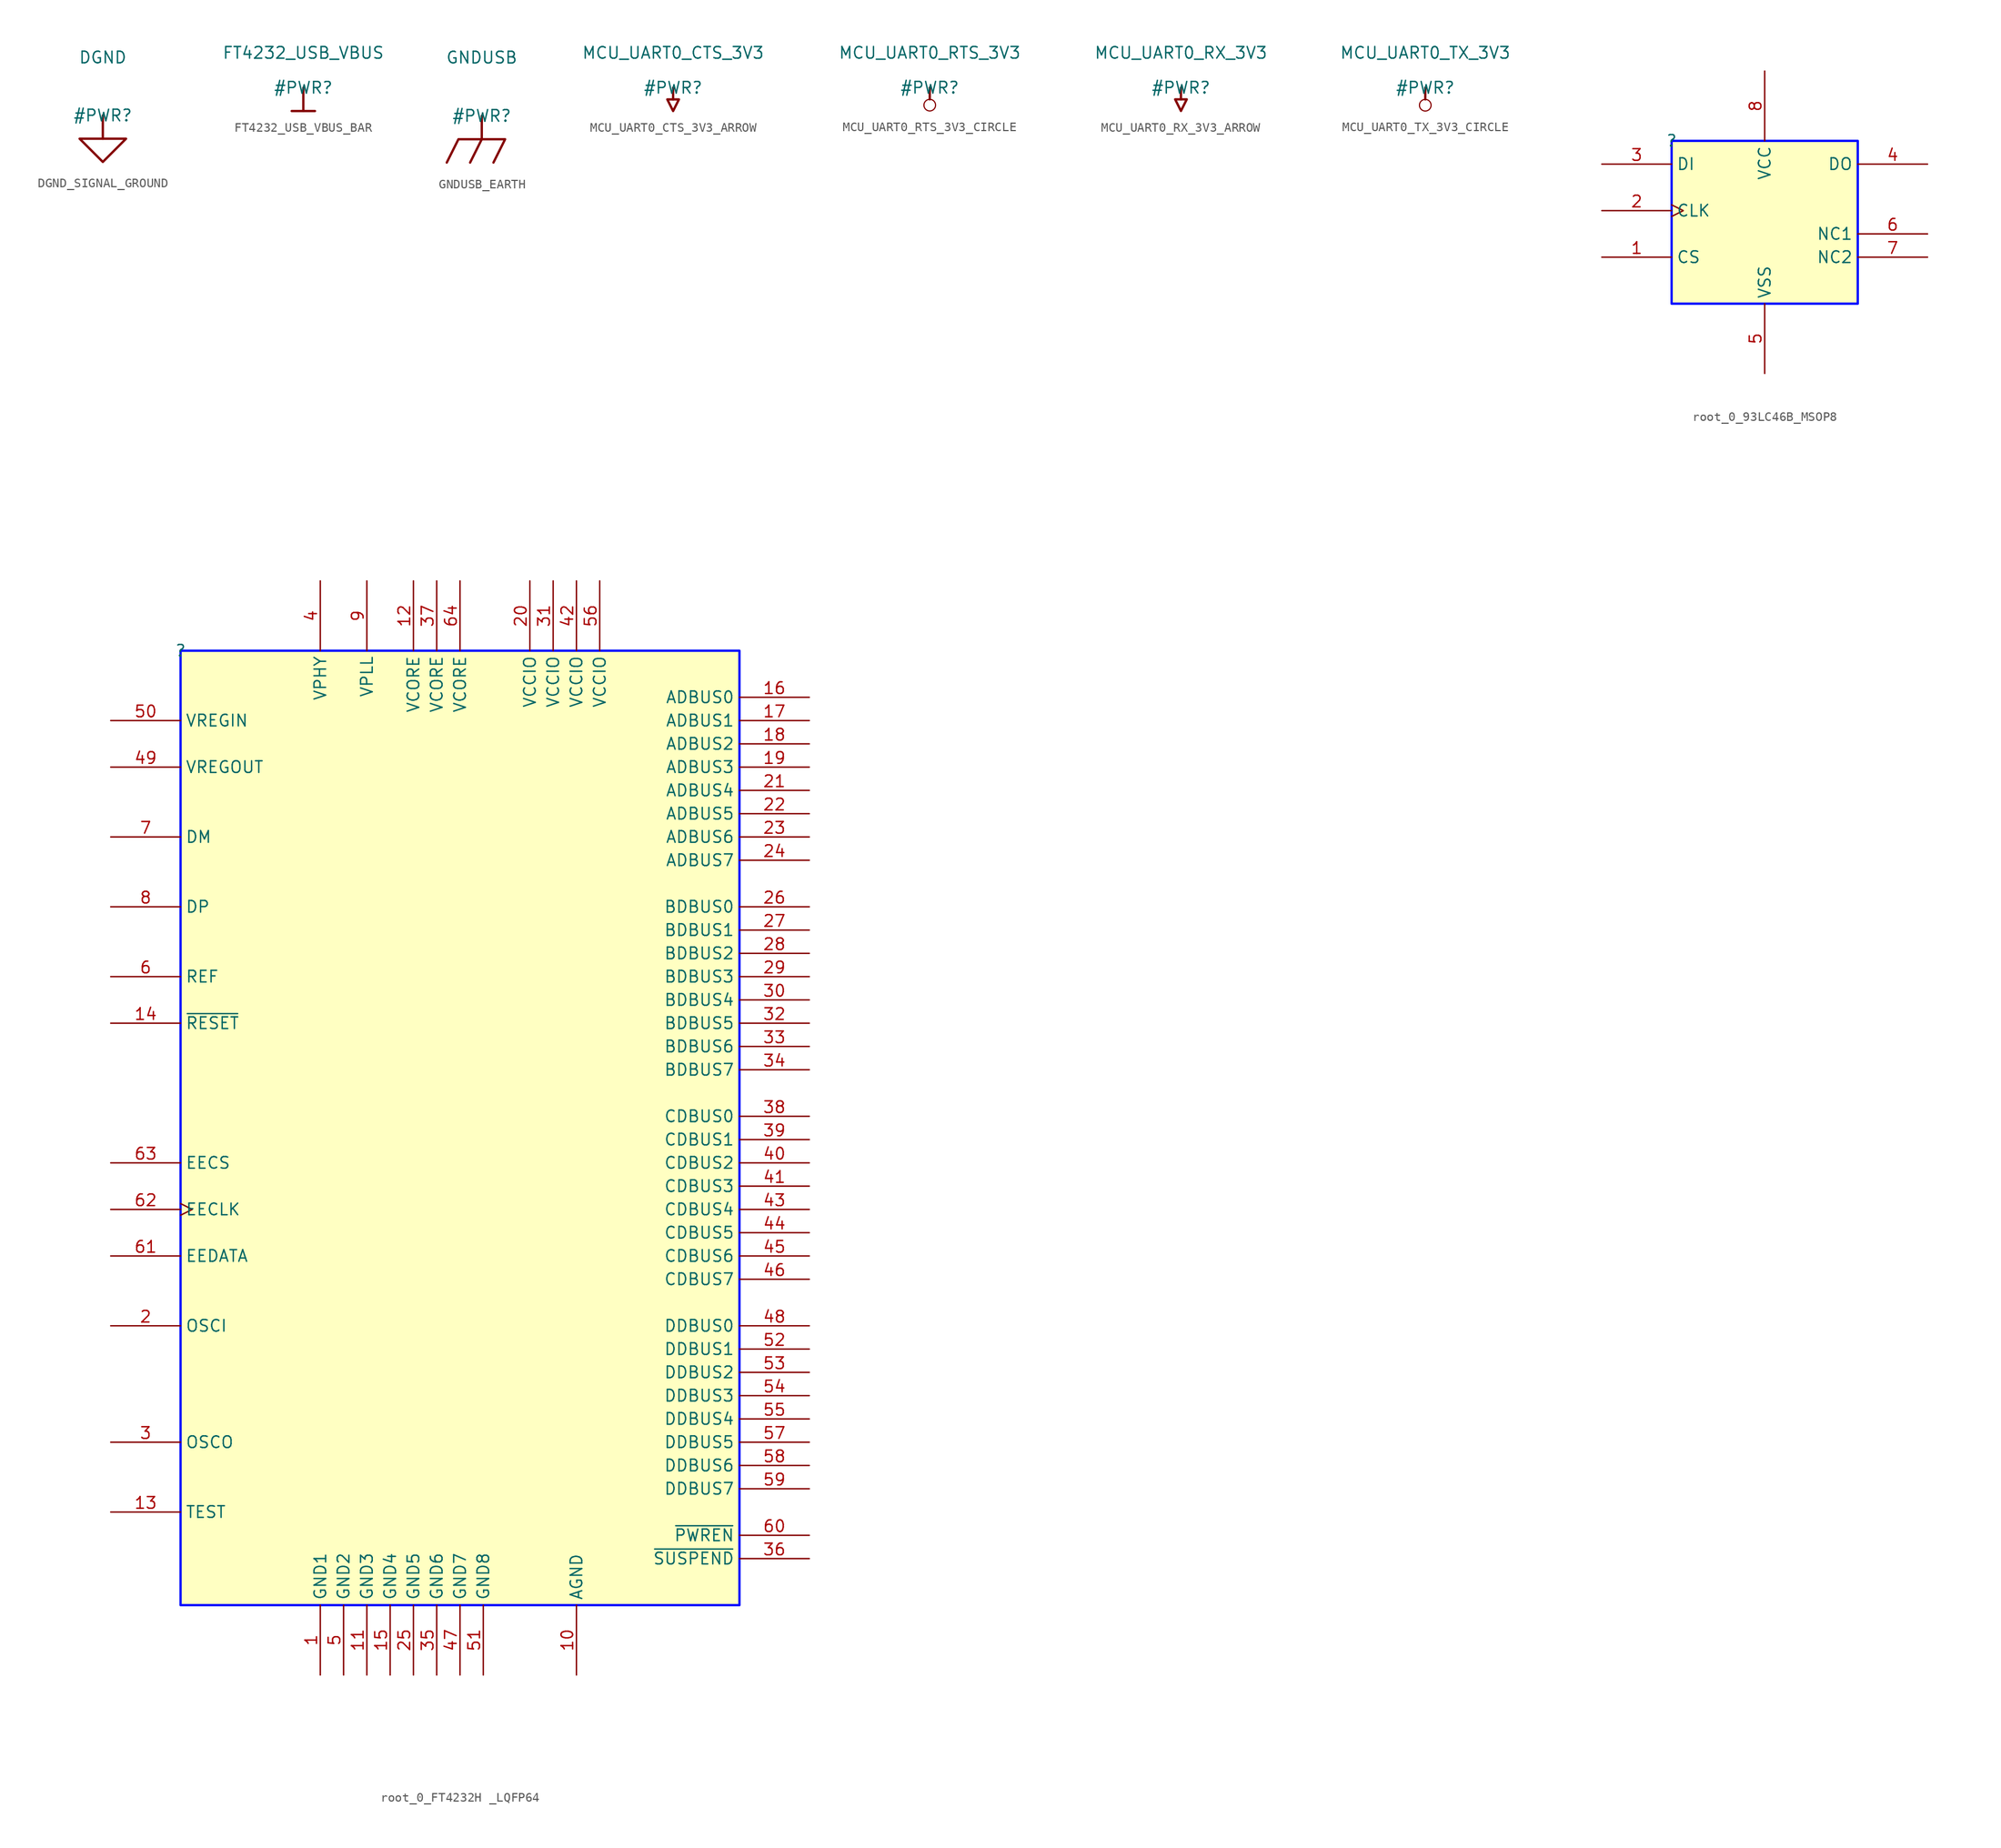
<source format=kicad_sym>
(kicad_symbol_lib
  (version 20231120)
  (generator "kicad_symbol_editor")
  (generator_version "8.0")
  (symbol "DGND_SIGNAL_GROUND"
    (power)
    (property "Reference" "#PWR"
      (at 0 0 0)
      (effects (font (size 1.27 1.27))))
    (property "Value" "DGND"
      (at 0 6.35 0)
      (effects (font (size 1.27 1.27))))
    (symbol "DGND_SIGNAL_GROUND_0_0"
      (polyline (pts (xy 0 0) (xy 0 -2.54)) (stroke (width 0.254) (type solid)) (fill (type none)))
      (polyline (pts (xy -2.54 -2.54) (xy 2.54 -2.54) (xy 0 -5.08) (xy -2.54 -2.54)) (stroke (width 0.254) (type solid)) (fill (type none)))
      (pin power_in line (at 0 0 0) (length 0) hide (name "DGND" (effects (font (size 1.27 1.27)))) (number "" (effects (font (size 1.27 1.27)))))))
  (symbol "FT4232_USB_VBUS_BAR"
    (power)
    (property "Reference" "#PWR"
      (at 0 0 0)
      (effects (font (size 1.27 1.27))))
    (property "Value" "FT4232_USB_VBUS"
      (at 0 3.81 0)
      (effects (font (size 1.27 1.27))))
    (symbol "FT4232_USB_VBUS_BAR_0_0"
      (polyline (pts (xy -1.27 -2.54) (xy 1.27 -2.54)) (stroke (width 0.254) (type solid)) (fill (type none)))
      (polyline (pts (xy 0 0) (xy 0 -2.54)) (stroke (width 0.254) (type solid)) (fill (type none)))
      (pin power_in line (at 0 0 0) (length 0) hide (name "FT4232_USB_VBUS" (effects (font (size 1.27 1.27)))) (number "" (effects (font (size 1.27 1.27)))))))
  (symbol "GNDUSB_EARTH"
    (power)
    (property "Reference" "#PWR"
      (at 0 0 0)
      (effects (font (size 1.27 1.27))))
    (property "Value" "GNDUSB"
      (at 0 6.35 0)
      (effects (font (size 1.27 1.27))))
    (symbol "GNDUSB_EARTH_0_0"
      (polyline (pts (xy 0 -2.54) (xy -1.27 -5.08)) (stroke (width 0.254) (type solid)) (fill (type none)))
      (polyline (pts (xy 0 0) (xy 0 -2.54)) (stroke (width 0.254) (type solid)) (fill (type none)))
      (polyline (pts (xy -3.81 -5.08) (xy -2.54 -2.54) (xy 2.54 -2.54) (xy 1.27 -5.08)) (stroke (width 0.254) (type solid)) (fill (type none)))
      (pin power_in line (at 0 0 0) (length 0) hide (name "GNDUSB" (effects (font (size 1.27 1.27)))) (number "" (effects (font (size 1.27 1.27)))))))
  (symbol "MCU_UART0_CTS_3V3_ARROW"
    (power)
    (property "Reference" "#PWR"
      (at 0 0 0)
      (effects (font (size 1.27 1.27))))
    (property "Value" "MCU_UART0_CTS_3V3"
      (at 0 3.81 0)
      (effects (font (size 1.27 1.27))))
    (symbol "MCU_UART0_CTS_3V3_ARROW_0_0"
      (polyline (pts (xy 0 0) (xy 0 -1.27)) (stroke (width 0.254) (type solid)) (fill (type none)))
      (polyline (pts (xy -0.635 -1.27) (xy 0.635 -1.27) (xy 0 -2.54) (xy -0.635 -1.27)) (stroke (width 0.254) (type solid)) (fill (type none)))
      (pin power_in line (at 0 0 0) (length 0) hide (name "MCU_UART0_CTS_3V3" (effects (font (size 1.27 1.27)))) (number "" (effects (font (size 1.27 1.27)))))))
  (symbol "MCU_UART0_RTS_3V3_CIRCLE"
    (power)
    (property "Reference" "#PWR"
      (at 0 0 0)
      (effects (font (size 1.27 1.27))))
    (property "Value" "MCU_UART0_RTS_3V3"
      (at 0 3.81 0)
      (effects (font (size 1.27 1.27))))
    (symbol "MCU_UART0_RTS_3V3_CIRCLE_0_0"
      (circle (center 0 -1.905) (radius 0.635) (stroke (width 0.127) (type solid)) (fill (type none)))
      (polyline (pts (xy 0 0) (xy 0 -1.27)) (stroke (width 0.254) (type solid)) (fill (type none)))
      (pin power_in line (at 0 0 0) (length 0) hide (name "MCU_UART0_RTS_3V3" (effects (font (size 1.27 1.27)))) (number "" (effects (font (size 1.27 1.27)))))))
  (symbol "MCU_UART0_RX_3V3_ARROW"
    (power)
    (property "Reference" "#PWR"
      (at 0 0 0)
      (effects (font (size 1.27 1.27))))
    (property "Value" "MCU_UART0_RX_3V3"
      (at 0 3.81 0)
      (effects (font (size 1.27 1.27))))
    (symbol "MCU_UART0_RX_3V3_ARROW_0_0"
      (polyline (pts (xy 0 0) (xy 0 -1.27)) (stroke (width 0.254) (type solid)) (fill (type none)))
      (polyline (pts (xy -0.635 -1.27) (xy 0.635 -1.27) (xy 0 -2.54) (xy -0.635 -1.27)) (stroke (width 0.254) (type solid)) (fill (type none)))
      (pin power_in line (at 0 0 0) (length 0) hide (name "MCU_UART0_RX_3V3" (effects (font (size 1.27 1.27)))) (number "" (effects (font (size 1.27 1.27)))))))
  (symbol "MCU_UART0_TX_3V3_CIRCLE"
    (power)
    (property "Reference" "#PWR"
      (at 0 0 0)
      (effects (font (size 1.27 1.27))))
    (property "Value" "MCU_UART0_TX_3V3"
      (at 0 3.81 0)
      (effects (font (size 1.27 1.27))))
    (symbol "MCU_UART0_TX_3V3_CIRCLE_0_0"
      (circle (center 0 -1.905) (radius 0.635) (stroke (width 0.127) (type solid)) (fill (type none)))
      (polyline (pts (xy 0 0) (xy 0 -1.27)) (stroke (width 0.254) (type solid)) (fill (type none)))
      (pin power_in line (at 0 0 0) (length 0) hide (name "MCU_UART0_TX_3V3" (effects (font (size 1.27 1.27)))) (number "" (effects (font (size 1.27 1.27)))))))
  (symbol "root_0_93LC46B_MSOP8"
    (property "Reference" ""
      (at 0 0 0)
      (effects (font (size 1.27 1.27))))
    (property "Value" ""
      (at 0 0 0)
      (effects (font (size 1.27 1.27))))
    (symbol "root_0_93LC46B_MSOP8_1_0"
      (rectangle (start 20.32 0) (end 0 -17.78) (stroke (width 0.254) (type solid) (color 0 11 255 1)) (fill (type background)))
      (pin passive line (at -7.62 -12.7 0) (length 7.62) (name "CS" (effects (font (size 1.27 1.27)))) (number "1" (effects (font (size 1.27 1.27)))))
      (pin input clock (at -7.62 -7.62 0) (length 7.62) (name "CLK" (effects (font (size 1.27 1.27)))) (number "2" (effects (font (size 1.27 1.27)))))
      (pin input line (at -7.62 -2.54 0) (length 7.62) (name "DI" (effects (font (size 1.27 1.27)))) (number "3" (effects (font (size 1.27 1.27)))))
      (pin output line (at 27.94 -2.54 180) (length 7.62) (name "DO" (effects (font (size 1.27 1.27)))) (number "4" (effects (font (size 1.27 1.27)))))
      (pin power_in line (at 10.16 -25.4 90) (length 7.62) (name "VSS" (effects (font (size 1.27 1.27)))) (number "5" (effects (font (size 1.27 1.27)))))
      (pin passive line (at 27.94 -10.16 180) (length 7.62) (name "NC1" (effects (font (size 1.27 1.27)))) (number "6" (effects (font (size 1.27 1.27)))))
      (pin passive line (at 27.94 -12.7 180) (length 7.62) (name "NC2" (effects (font (size 1.27 1.27)))) (number "7" (effects (font (size 1.27 1.27)))))
      (pin power_in line (at 10.16 7.62 270) (length 7.62) (name "VCC" (effects (font (size 1.27 1.27)))) (number "8" (effects (font (size 1.27 1.27)))))))
  (symbol "root_0_FT4232H _LQFP64"
    (property "Reference" ""
      (at 0 0 0)
      (effects (font (size 1.27 1.27))))
    (property "Value" ""
      (at 0 0 0)
      (effects (font (size 1.27 1.27))))
    (symbol "root_0_FT4232H _LQFP64_1_0"
      (rectangle (start 60.96 0) (end 0 -104.14) (stroke (width 0.254) (type solid) (color 0 11 255 1)) (fill (type background)))
      (pin power_in line (at 15.24 -111.76 90) (length 7.62) (name "GND1" (effects (font (size 1.27 1.27)))) (number "1" (effects (font (size 1.27 1.27)))))
      (pin power_in line (at 43.18 -111.76 90) (length 7.62) (name "AGND" (effects (font (size 1.27 1.27)))) (number "10" (effects (font (size 1.27 1.27)))))
      (pin power_in line (at 20.32 -111.76 90) (length 7.62) (name "GND3" (effects (font (size 1.27 1.27)))) (number "11" (effects (font (size 1.27 1.27)))))
      (pin power_in line (at 25.4 7.62 270) (length 7.62) (name "VCORE" (effects (font (size 1.27 1.27)))) (number "12" (effects (font (size 1.27 1.27)))))
      (pin passive line (at -7.62 -93.98 0) (length 7.62) (name "TEST" (effects (font (size 1.27 1.27)))) (number "13" (effects (font (size 1.27 1.27)))))
      (pin passive line (at -7.62 -40.64 0) (length 7.62) (name "~{RESET}" (effects (font (size 1.27 1.27)))) (number "14" (effects (font (size 1.27 1.27)))))
      (pin power_in line (at 22.86 -111.76 90) (length 7.62) (name "GND4" (effects (font (size 1.27 1.27)))) (number "15" (effects (font (size 1.27 1.27)))))
      (pin bidirectional line (at 68.58 -5.08 180) (length 7.62) (name "ADBUS0" (effects (font (size 1.27 1.27)))) (number "16" (effects (font (size 1.27 1.27)))))
      (pin bidirectional line (at 68.58 -7.62 180) (length 7.62) (name "ADBUS1" (effects (font (size 1.27 1.27)))) (number "17" (effects (font (size 1.27 1.27)))))
      (pin bidirectional line (at 68.58 -10.16 180) (length 7.62) (name "ADBUS2" (effects (font (size 1.27 1.27)))) (number "18" (effects (font (size 1.27 1.27)))))
      (pin bidirectional line (at 68.58 -12.7 180) (length 7.62) (name "ADBUS3" (effects (font (size 1.27 1.27)))) (number "19" (effects (font (size 1.27 1.27)))))
      (pin passive line (at -7.62 -73.66 0) (length 7.62) (name "OSCI" (effects (font (size 1.27 1.27)))) (number "2" (effects (font (size 1.27 1.27)))))
      (pin power_in line (at 38.1 7.62 270) (length 7.62) (name "VCCIO" (effects (font (size 1.27 1.27)))) (number "20" (effects (font (size 1.27 1.27)))))
      (pin bidirectional line (at 68.58 -15.24 180) (length 7.62) (name "ADBUS4" (effects (font (size 1.27 1.27)))) (number "21" (effects (font (size 1.27 1.27)))))
      (pin bidirectional line (at 68.58 -17.78 180) (length 7.62) (name "ADBUS5" (effects (font (size 1.27 1.27)))) (number "22" (effects (font (size 1.27 1.27)))))
      (pin bidirectional line (at 68.58 -20.32 180) (length 7.62) (name "ADBUS6" (effects (font (size 1.27 1.27)))) (number "23" (effects (font (size 1.27 1.27)))))
      (pin bidirectional line (at 68.58 -22.86 180) (length 7.62) (name "ADBUS7" (effects (font (size 1.27 1.27)))) (number "24" (effects (font (size 1.27 1.27)))))
      (pin power_in line (at 25.4 -111.76 90) (length 7.62) (name "GND5" (effects (font (size 1.27 1.27)))) (number "25" (effects (font (size 1.27 1.27)))))
      (pin bidirectional line (at 68.58 -27.94 180) (length 7.62) (name "BDBUS0" (effects (font (size 1.27 1.27)))) (number "26" (effects (font (size 1.27 1.27)))))
      (pin bidirectional line (at 68.58 -30.48 180) (length 7.62) (name "BDBUS1" (effects (font (size 1.27 1.27)))) (number "27" (effects (font (size 1.27 1.27)))))
      (pin bidirectional line (at 68.58 -33.02 180) (length 7.62) (name "BDBUS2" (effects (font (size 1.27 1.27)))) (number "28" (effects (font (size 1.27 1.27)))))
      (pin bidirectional line (at 68.58 -35.56 180) (length 7.62) (name "BDBUS3" (effects (font (size 1.27 1.27)))) (number "29" (effects (font (size 1.27 1.27)))))
      (pin passive line (at -7.62 -86.36 0) (length 7.62) (name "OSCO" (effects (font (size 1.27 1.27)))) (number "3" (effects (font (size 1.27 1.27)))))
      (pin bidirectional line (at 68.58 -38.1 180) (length 7.62) (name "BDBUS4" (effects (font (size 1.27 1.27)))) (number "30" (effects (font (size 1.27 1.27)))))
      (pin power_in line (at 40.64 7.62 270) (length 7.62) (name "VCCIO" (effects (font (size 1.27 1.27)))) (number "31" (effects (font (size 1.27 1.27)))))
      (pin bidirectional line (at 68.58 -40.64 180) (length 7.62) (name "BDBUS5" (effects (font (size 1.27 1.27)))) (number "32" (effects (font (size 1.27 1.27)))))
      (pin bidirectional line (at 68.58 -43.18 180) (length 7.62) (name "BDBUS6" (effects (font (size 1.27 1.27)))) (number "33" (effects (font (size 1.27 1.27)))))
      (pin bidirectional line (at 68.58 -45.72 180) (length 7.62) (name "BDBUS7" (effects (font (size 1.27 1.27)))) (number "34" (effects (font (size 1.27 1.27)))))
      (pin power_in line (at 27.94 -111.76 90) (length 7.62) (name "GND6" (effects (font (size 1.27 1.27)))) (number "35" (effects (font (size 1.27 1.27)))))
      (pin output line (at 68.58 -99.06 180) (length 7.62) (name "~{SUSPEND}" (effects (font (size 1.27 1.27)))) (number "36" (effects (font (size 1.27 1.27)))))
      (pin power_in line (at 27.94 7.62 270) (length 7.62) (name "VCORE" (effects (font (size 1.27 1.27)))) (number "37" (effects (font (size 1.27 1.27)))))
      (pin bidirectional line (at 68.58 -50.8 180) (length 7.62) (name "CDBUS0" (effects (font (size 1.27 1.27)))) (number "38" (effects (font (size 1.27 1.27)))))
      (pin bidirectional line (at 68.58 -53.34 180) (length 7.62) (name "CDBUS1" (effects (font (size 1.27 1.27)))) (number "39" (effects (font (size 1.27 1.27)))))
      (pin power_in line (at 15.24 7.62 270) (length 7.62) (name "VPHY" (effects (font (size 1.27 1.27)))) (number "4" (effects (font (size 1.27 1.27)))))
      (pin bidirectional line (at 68.58 -55.88 180) (length 7.62) (name "CDBUS2" (effects (font (size 1.27 1.27)))) (number "40" (effects (font (size 1.27 1.27)))))
      (pin bidirectional line (at 68.58 -58.42 180) (length 7.62) (name "CDBUS3" (effects (font (size 1.27 1.27)))) (number "41" (effects (font (size 1.27 1.27)))))
      (pin power_in line (at 43.18 7.62 270) (length 7.62) (name "VCCIO" (effects (font (size 1.27 1.27)))) (number "42" (effects (font (size 1.27 1.27)))))
      (pin bidirectional line (at 68.58 -60.96 180) (length 7.62) (name "CDBUS4" (effects (font (size 1.27 1.27)))) (number "43" (effects (font (size 1.27 1.27)))))
      (pin bidirectional line (at 68.58 -63.5 180) (length 7.62) (name "CDBUS5" (effects (font (size 1.27 1.27)))) (number "44" (effects (font (size 1.27 1.27)))))
      (pin bidirectional line (at 68.58 -66.04 180) (length 7.62) (name "CDBUS6" (effects (font (size 1.27 1.27)))) (number "45" (effects (font (size 1.27 1.27)))))
      (pin bidirectional line (at 68.58 -68.58 180) (length 7.62) (name "CDBUS7" (effects (font (size 1.27 1.27)))) (number "46" (effects (font (size 1.27 1.27)))))
      (pin power_in line (at 30.48 -111.76 90) (length 7.62) (name "GND7" (effects (font (size 1.27 1.27)))) (number "47" (effects (font (size 1.27 1.27)))))
      (pin bidirectional line (at 68.58 -73.66 180) (length 7.62) (name "DDBUS0" (effects (font (size 1.27 1.27)))) (number "48" (effects (font (size 1.27 1.27)))))
      (pin power_in line (at -7.62 -12.7 0) (length 7.62) (name "VREGOUT" (effects (font (size 1.27 1.27)))) (number "49" (effects (font (size 1.27 1.27)))))
      (pin power_in line (at 17.78 -111.76 90) (length 7.62) (name "GND2" (effects (font (size 1.27 1.27)))) (number "5" (effects (font (size 1.27 1.27)))))
      (pin power_in line (at -7.62 -7.62 0) (length 7.62) (name "VREGIN" (effects (font (size 1.27 1.27)))) (number "50" (effects (font (size 1.27 1.27)))))
      (pin power_in line (at 33.02 -111.76 90) (length 7.62) (name "GND8" (effects (font (size 1.27 1.27)))) (number "51" (effects (font (size 1.27 1.27)))))
      (pin bidirectional line (at 68.58 -76.2 180) (length 7.62) (name "DDBUS1" (effects (font (size 1.27 1.27)))) (number "52" (effects (font (size 1.27 1.27)))))
      (pin bidirectional line (at 68.58 -78.74 180) (length 7.62) (name "DDBUS2" (effects (font (size 1.27 1.27)))) (number "53" (effects (font (size 1.27 1.27)))))
      (pin bidirectional line (at 68.58 -81.28 180) (length 7.62) (name "DDBUS3" (effects (font (size 1.27 1.27)))) (number "54" (effects (font (size 1.27 1.27)))))
      (pin bidirectional line (at 68.58 -83.82 180) (length 7.62) (name "DDBUS4" (effects (font (size 1.27 1.27)))) (number "55" (effects (font (size 1.27 1.27)))))
      (pin power_in line (at 45.72 7.62 270) (length 7.62) (name "VCCIO" (effects (font (size 1.27 1.27)))) (number "56" (effects (font (size 1.27 1.27)))))
      (pin bidirectional line (at 68.58 -86.36 180) (length 7.62) (name "DDBUS5" (effects (font (size 1.27 1.27)))) (number "57" (effects (font (size 1.27 1.27)))))
      (pin bidirectional line (at 68.58 -88.9 180) (length 7.62) (name "DDBUS6" (effects (font (size 1.27 1.27)))) (number "58" (effects (font (size 1.27 1.27)))))
      (pin bidirectional line (at 68.58 -91.44 180) (length 7.62) (name "DDBUS7" (effects (font (size 1.27 1.27)))) (number "59" (effects (font (size 1.27 1.27)))))
      (pin passive line (at -7.62 -35.56 0) (length 7.62) (name "REF" (effects (font (size 1.27 1.27)))) (number "6" (effects (font (size 1.27 1.27)))))
      (pin passive line (at 68.58 -96.52 180) (length 7.62) (name "~{PWREN}" (effects (font (size 1.27 1.27)))) (number "60" (effects (font (size 1.27 1.27)))))
      (pin passive line (at -7.62 -66.04 0) (length 7.62) (name "EEDATA" (effects (font (size 1.27 1.27)))) (number "61" (effects (font (size 1.27 1.27)))))
      (pin passive clock (at -7.62 -60.96 0) (length 7.62) (name "EECLK" (effects (font (size 1.27 1.27)))) (number "62" (effects (font (size 1.27 1.27)))))
      (pin passive line (at -7.62 -55.88 0) (length 7.62) (name "EECS" (effects (font (size 1.27 1.27)))) (number "63" (effects (font (size 1.27 1.27)))))
      (pin power_in line (at 30.48 7.62 270) (length 7.62) (name "VCORE" (effects (font (size 1.27 1.27)))) (number "64" (effects (font (size 1.27 1.27)))))
      (pin passive line (at -7.62 -20.32 0) (length 7.62) (name "DM" (effects (font (size 1.27 1.27)))) (number "7" (effects (font (size 1.27 1.27)))))
      (pin passive line (at -7.62 -27.94 0) (length 7.62) (name "DP" (effects (font (size 1.27 1.27)))) (number "8" (effects (font (size 1.27 1.27)))))
      (pin power_in line (at 20.32 7.62 270) (length 7.62) (name "VPLL" (effects (font (size 1.27 1.27)))) (number "9" (effects (font (size 1.27 1.27))))))))
</source>
